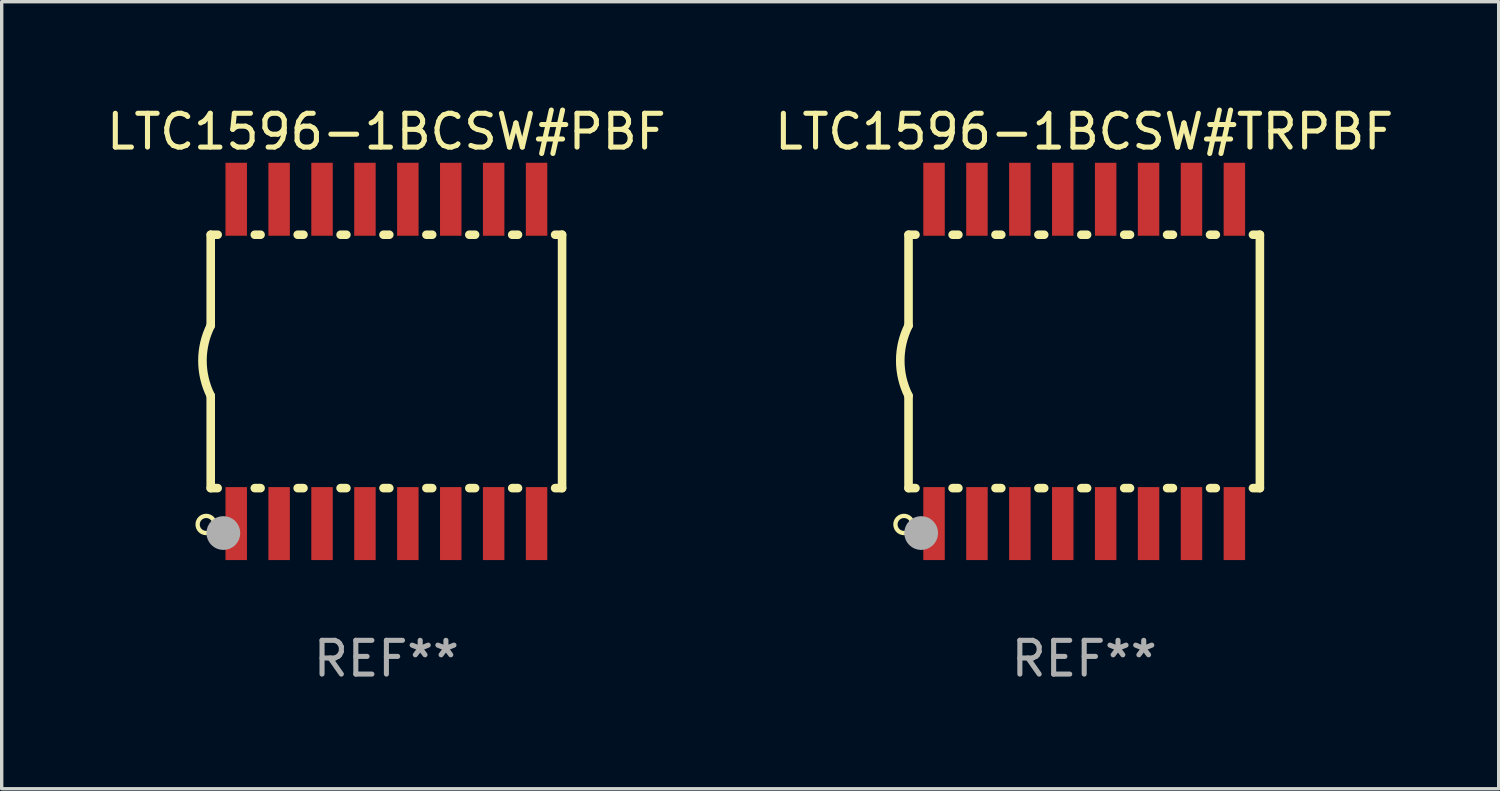
<source format=kicad_pcb>
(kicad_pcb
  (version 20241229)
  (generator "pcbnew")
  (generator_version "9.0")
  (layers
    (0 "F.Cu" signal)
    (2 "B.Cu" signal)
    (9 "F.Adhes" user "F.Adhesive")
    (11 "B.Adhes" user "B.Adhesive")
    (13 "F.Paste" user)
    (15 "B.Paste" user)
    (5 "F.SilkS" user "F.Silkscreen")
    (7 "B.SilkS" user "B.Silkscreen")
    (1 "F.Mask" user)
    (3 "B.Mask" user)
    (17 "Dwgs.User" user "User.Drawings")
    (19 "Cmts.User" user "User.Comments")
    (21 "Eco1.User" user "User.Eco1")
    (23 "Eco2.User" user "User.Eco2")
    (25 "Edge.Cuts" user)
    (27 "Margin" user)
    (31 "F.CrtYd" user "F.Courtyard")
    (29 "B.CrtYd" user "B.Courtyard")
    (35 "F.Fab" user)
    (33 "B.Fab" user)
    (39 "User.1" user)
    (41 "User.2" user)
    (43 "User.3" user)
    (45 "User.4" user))
  (footprint "LTC1596-1BCSW#TRPBF"
    (layer "F.Cu")
    (at 29.042 7.648)
    (property "Reference" "LTC1596-1BCSW#TRPBF" (at 0 -6.8 0) (layer "F.SilkS") (effects (font (size 1 1) (thickness 0.15))))
    (attr through_hole)
    (fp_line (start -5.2 -3.75) (end -5.2 -1.06) (stroke (width 0.254) (type solid)) (layer "F.SilkS"))
    (fp_line (start -5.2 -3.75) (end -4.994 -3.75) (stroke (width 0.254) (type solid)) (layer "F.SilkS"))
    (fp_line (start -5.2 3.75) (end -5.2 1.016) (stroke (width 0.254) (type solid)) (layer "F.SilkS"))
    (fp_line (start -5.2 3.75) (end -4.994 3.75) (stroke (width 0.254) (type solid)) (layer "F.SilkS"))
    (fp_line (start -3.896 -3.75) (end -3.724 -3.75) (stroke (width 0.254) (type solid)) (layer "F.SilkS"))
    (fp_line (start -3.896 3.75) (end -3.724 3.75) (stroke (width 0.254) (type solid)) (layer "F.SilkS"))
    (fp_line (start -2.626 -3.75) (end -2.454 -3.75) (stroke (width 0.254) (type solid)) (layer "F.SilkS"))
    (fp_line (start -2.626 3.75) (end -2.454 3.75) (stroke (width 0.254) (type solid)) (layer "F.SilkS"))
    (fp_line (start -1.356 -3.75) (end -1.184 -3.75) (stroke (width 0.254) (type solid)) (layer "F.SilkS"))
    (fp_line (start -1.356 3.75) (end -1.184 3.75) (stroke (width 0.254) (type solid)) (layer "F.SilkS"))
    (fp_line (start -0.086 -3.75) (end 0.086 -3.75) (stroke (width 0.254) (type solid)) (layer "F.SilkS"))
    (fp_line (start -0.086 3.75) (end 0.086 3.75) (stroke (width 0.254) (type solid)) (layer "F.SilkS"))
    (fp_line (start 1.184 -3.75) (end 1.356 -3.75) (stroke (width 0.254) (type solid)) (layer "F.SilkS"))
    (fp_line (start 1.184 3.75) (end 1.356 3.75) (stroke (width 0.254) (type solid)) (layer "F.SilkS"))
    (fp_line (start 2.454 -3.75) (end 2.626 -3.75) (stroke (width 0.254) (type solid)) (layer "F.SilkS"))
    (fp_line (start 2.454 3.75) (end 2.626 3.75) (stroke (width 0.254) (type solid)) (layer "F.SilkS"))
    (fp_line (start 3.724 -3.75) (end 3.896 -3.75) (stroke (width 0.254) (type solid)) (layer "F.SilkS"))
    (fp_line (start 3.724 3.75) (end 3.896 3.75) (stroke (width 0.254) (type solid)) (layer "F.SilkS"))
    (fp_line (start 4.994 -3.75) (end 5.2 -3.75) (stroke (width 0.254) (type solid)) (layer "F.SilkS"))
    (fp_line (start 4.994 3.75) (end 5.2 3.75) (stroke (width 0.254) (type solid)) (layer "F.SilkS"))
    (fp_line (start 5.2 3.75) (end 5.2 -3.75) (stroke (width 0.254) (type solid)) (layer "F.SilkS"))
    (fp_arc (start -5.199391 1.016002) (mid -5.444637 -0.021925) (end -5.2 -1.059995) (stroke (width 0.254001) (type solid)) (layer "F.SilkS"))
    (fp_circle (center -5.334 4.826) (end -5.08 4.826) (stroke (width 0.127) (type solid)) (fill no) (layer "F.SilkS"))
    (fp_circle (center -5.15 5.15) (end -5.12 5.15) (stroke (width 0.06) (type solid)) (fill no) (layer "F.SilkS"))
    (fp_circle (center -4.826 5.08) (end -4.576 5.08) (stroke (width 0.5) (type solid)) (fill no) (layer "F.Fab"))
    (fp_text user "REF**" (at 0 8.8 0) (layer "F.Fab") (effects (font (size 1 1) (thickness 0.15))))
    (pad "1" smd rect (at -4.445 4.8) (size 0.635 2.16) (layers "F.Cu" "F.Mask" "F.Paste"))
    (pad "2" smd rect (at -3.175 4.8) (size 0.635 2.16) (layers "F.Cu" "F.Mask" "F.Paste"))
    (pad "3" smd rect (at -1.905 4.8) (size 0.635 2.16) (layers "F.Cu" "F.Mask" "F.Paste"))
    (pad "4" smd rect (at -0.635 4.8) (size 0.635 2.16) (layers "F.Cu" "F.Mask" "F.Paste"))
    (pad "5" smd rect (at 0.635 4.8) (size 0.635 2.16) (layers "F.Cu" "F.Mask" "F.Paste"))
    (pad "6" smd rect (at 1.905 4.8) (size 0.635 2.16) (layers "F.Cu" "F.Mask" "F.Paste"))
    (pad "7" smd rect (at 3.175 4.8) (size 0.635 2.16) (layers "F.Cu" "F.Mask" "F.Paste"))
    (pad "8" smd rect (at 4.445 4.8) (size 0.635 2.16) (layers "F.Cu" "F.Mask" "F.Paste"))
    (pad "9" smd rect (at 4.445 -4.8) (size 0.635 2.16) (layers "F.Cu" "F.Mask" "F.Paste"))
    (pad "10" smd rect (at 3.175 -4.8) (size 0.635 2.16) (layers "F.Cu" "F.Mask" "F.Paste"))
    (pad "11" smd rect (at 1.905 -4.8) (size 0.635 2.16) (layers "F.Cu" "F.Mask" "F.Paste"))
    (pad "12" smd rect (at 0.635 -4.8) (size 0.635 2.16) (layers "F.Cu" "F.Mask" "F.Paste"))
    (pad "13" smd rect (at -0.635 -4.8) (size 0.635 2.16) (layers "F.Cu" "F.Mask" "F.Paste"))
    (pad "14" smd rect (at -1.905 -4.8) (size 0.635 2.16) (layers "F.Cu" "F.Mask" "F.Paste"))
    (pad "15" smd rect (at -3.175 -4.8) (size 0.635 2.16) (layers "F.Cu" "F.Mask" "F.Paste"))
    (pad "16" smd rect (at -4.445 -4.8) (size 0.635 2.16) (layers "F.Cu" "F.Mask" "F.Paste")))
  (footprint "LTC1596-1BCSW#PBF"
    (layer "F.Cu")
    (at 8.387 7.648)
    (property "Reference" "LTC1596-1BCSW#PBF" (at 0 -6.8 0) (layer "F.SilkS") (effects (font (size 1 1) (thickness 0.15))))
    (attr through_hole)
    (fp_line (start -5.2 -3.75) (end -5.2 -1.06) (stroke (width 0.254) (type solid)) (layer "F.SilkS"))
    (fp_line (start -5.2 -3.75) (end -4.994 -3.75) (stroke (width 0.254) (type solid)) (layer "F.SilkS"))
    (fp_line (start -5.2 3.75) (end -5.2 1.016) (stroke (width 0.254) (type solid)) (layer "F.SilkS"))
    (fp_line (start -5.2 3.75) (end -4.994 3.75) (stroke (width 0.254) (type solid)) (layer "F.SilkS"))
    (fp_line (start -3.896 -3.75) (end -3.724 -3.75) (stroke (width 0.254) (type solid)) (layer "F.SilkS"))
    (fp_line (start -3.896 3.75) (end -3.724 3.75) (stroke (width 0.254) (type solid)) (layer "F.SilkS"))
    (fp_line (start -2.626 -3.75) (end -2.454 -3.75) (stroke (width 0.254) (type solid)) (layer "F.SilkS"))
    (fp_line (start -2.626 3.75) (end -2.454 3.75) (stroke (width 0.254) (type solid)) (layer "F.SilkS"))
    (fp_line (start -1.356 -3.75) (end -1.184 -3.75) (stroke (width 0.254) (type solid)) (layer "F.SilkS"))
    (fp_line (start -1.356 3.75) (end -1.184 3.75) (stroke (width 0.254) (type solid)) (layer "F.SilkS"))
    (fp_line (start -0.086 -3.75) (end 0.086 -3.75) (stroke (width 0.254) (type solid)) (layer "F.SilkS"))
    (fp_line (start -0.086 3.75) (end 0.086 3.75) (stroke (width 0.254) (type solid)) (layer "F.SilkS"))
    (fp_line (start 1.184 -3.75) (end 1.356 -3.75) (stroke (width 0.254) (type solid)) (layer "F.SilkS"))
    (fp_line (start 1.184 3.75) (end 1.356 3.75) (stroke (width 0.254) (type solid)) (layer "F.SilkS"))
    (fp_line (start 2.454 -3.75) (end 2.626 -3.75) (stroke (width 0.254) (type solid)) (layer "F.SilkS"))
    (fp_line (start 2.454 3.75) (end 2.626 3.75) (stroke (width 0.254) (type solid)) (layer "F.SilkS"))
    (fp_line (start 3.724 -3.75) (end 3.896 -3.75) (stroke (width 0.254) (type solid)) (layer "F.SilkS"))
    (fp_line (start 3.724 3.75) (end 3.896 3.75) (stroke (width 0.254) (type solid)) (layer "F.SilkS"))
    (fp_line (start 4.994 -3.75) (end 5.2 -3.75) (stroke (width 0.254) (type solid)) (layer "F.SilkS"))
    (fp_line (start 4.994 3.75) (end 5.2 3.75) (stroke (width 0.254) (type solid)) (layer "F.SilkS"))
    (fp_line (start 5.2 3.75) (end 5.2 -3.75) (stroke (width 0.254) (type solid)) (layer "F.SilkS"))
    (fp_arc (start -5.199391 1.016002) (mid -5.444637 -0.021925) (end -5.2 -1.059995) (stroke (width 0.254001) (type solid)) (layer "F.SilkS"))
    (fp_circle (center -5.334 4.826) (end -5.08 4.826) (stroke (width 0.127) (type solid)) (fill no) (layer "F.SilkS"))
    (fp_circle (center -5.15 5.15) (end -5.12 5.15) (stroke (width 0.06) (type solid)) (fill no) (layer "F.SilkS"))
    (fp_circle (center -4.826 5.08) (end -4.576 5.08) (stroke (width 0.5) (type solid)) (fill no) (layer "F.Fab"))
    (fp_text user "REF**" (at 0 8.8 0) (layer "F.Fab") (effects (font (size 1 1) (thickness 0.15))))
    (pad "1" smd rect (at -4.445 4.8) (size 0.635 2.16) (layers "F.Cu" "F.Mask" "F.Paste"))
    (pad "2" smd rect (at -3.175 4.8) (size 0.635 2.16) (layers "F.Cu" "F.Mask" "F.Paste"))
    (pad "3" smd rect (at -1.905 4.8) (size 0.635 2.16) (layers "F.Cu" "F.Mask" "F.Paste"))
    (pad "4" smd rect (at -0.635 4.8) (size 0.635 2.16) (layers "F.Cu" "F.Mask" "F.Paste"))
    (pad "5" smd rect (at 0.635 4.8) (size 0.635 2.16) (layers "F.Cu" "F.Mask" "F.Paste"))
    (pad "6" smd rect (at 1.905 4.8) (size 0.635 2.16) (layers "F.Cu" "F.Mask" "F.Paste"))
    (pad "7" smd rect (at 3.175 4.8) (size 0.635 2.16) (layers "F.Cu" "F.Mask" "F.Paste"))
    (pad "8" smd rect (at 4.445 4.8) (size 0.635 2.16) (layers "F.Cu" "F.Mask" "F.Paste"))
    (pad "9" smd rect (at 4.445 -4.8) (size 0.635 2.16) (layers "F.Cu" "F.Mask" "F.Paste"))
    (pad "10" smd rect (at 3.175 -4.8) (size 0.635 2.16) (layers "F.Cu" "F.Mask" "F.Paste"))
    (pad "11" smd rect (at 1.905 -4.8) (size 0.635 2.16) (layers "F.Cu" "F.Mask" "F.Paste"))
    (pad "12" smd rect (at 0.635 -4.8) (size 0.635 2.16) (layers "F.Cu" "F.Mask" "F.Paste"))
    (pad "13" smd rect (at -0.635 -4.8) (size 0.635 2.16) (layers "F.Cu" "F.Mask" "F.Paste"))
    (pad "14" smd rect (at -1.905 -4.8) (size 0.635 2.16) (layers "F.Cu" "F.Mask" "F.Paste"))
    (pad "15" smd rect (at -3.175 -4.8) (size 0.635 2.16) (layers "F.Cu" "F.Mask" "F.Paste"))
    (pad "16" smd rect (at -4.445 -4.8) (size 0.635 2.16) (layers "F.Cu" "F.Mask" "F.Paste")))
  (gr_rect
    (start -3 -3)
    (end 41.31 20.297)
    (stroke (width 0.1) (type default))
    (fill no)
    (layer "Edge.Cuts")))
</source>
